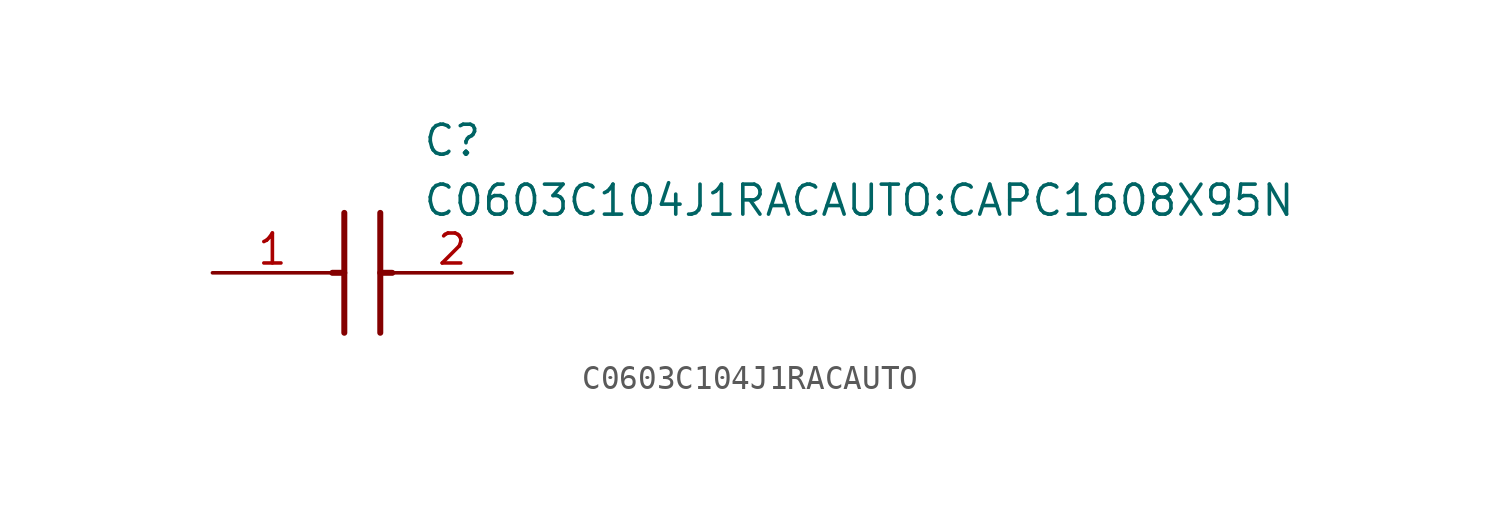
<source format=kicad_sym>
(kicad_symbol_lib
  (version 20220914)
  (generator kicad_symbol_editor)
  (symbol "C0603C104J1RACAUTO"
    (pin_names hide)
    (property "Reference" "C"
      (at 8.89 6.35 0)
      (effects (font (size 1.27 1.27)) (justify left top)))
    (property "Value" "C0603C104J1RACAUTO:CAPC1608X95N"
      (at 8.89 3.81 0)
      (effects (font (size 1.27 1.27)) (justify left top)))
    (symbol "C0603C104J1RACAUTO_1_1"
      (polyline (pts (xy 5.08 0) (xy 5.588 0)) (stroke (width 0.254) (type default)) (fill (type none)))
      (polyline (pts (xy 5.588 2.54) (xy 5.588 -2.54)) (stroke (width 0.254) (type default)) (fill (type none)))
      (polyline (pts (xy 7.112 0) (xy 7.62 0)) (stroke (width 0.254) (type default)) (fill (type none)))
      (polyline (pts (xy 7.112 2.54) (xy 7.112 -2.54)) (stroke (width 0.254) (type default)) (fill (type none)))
      (pin passive line (at 0 0 0) (length 5.08) (name "1" (effects (font (size 1.27 1.27)))) (number "1" (effects (font (size 1.27 1.27)))))
      (pin passive line (at 12.7 0 180) (length 5.08) (name "2" (effects (font (size 1.27 1.27)))) (number "2" (effects (font (size 1.27 1.27))))))))
</source>
